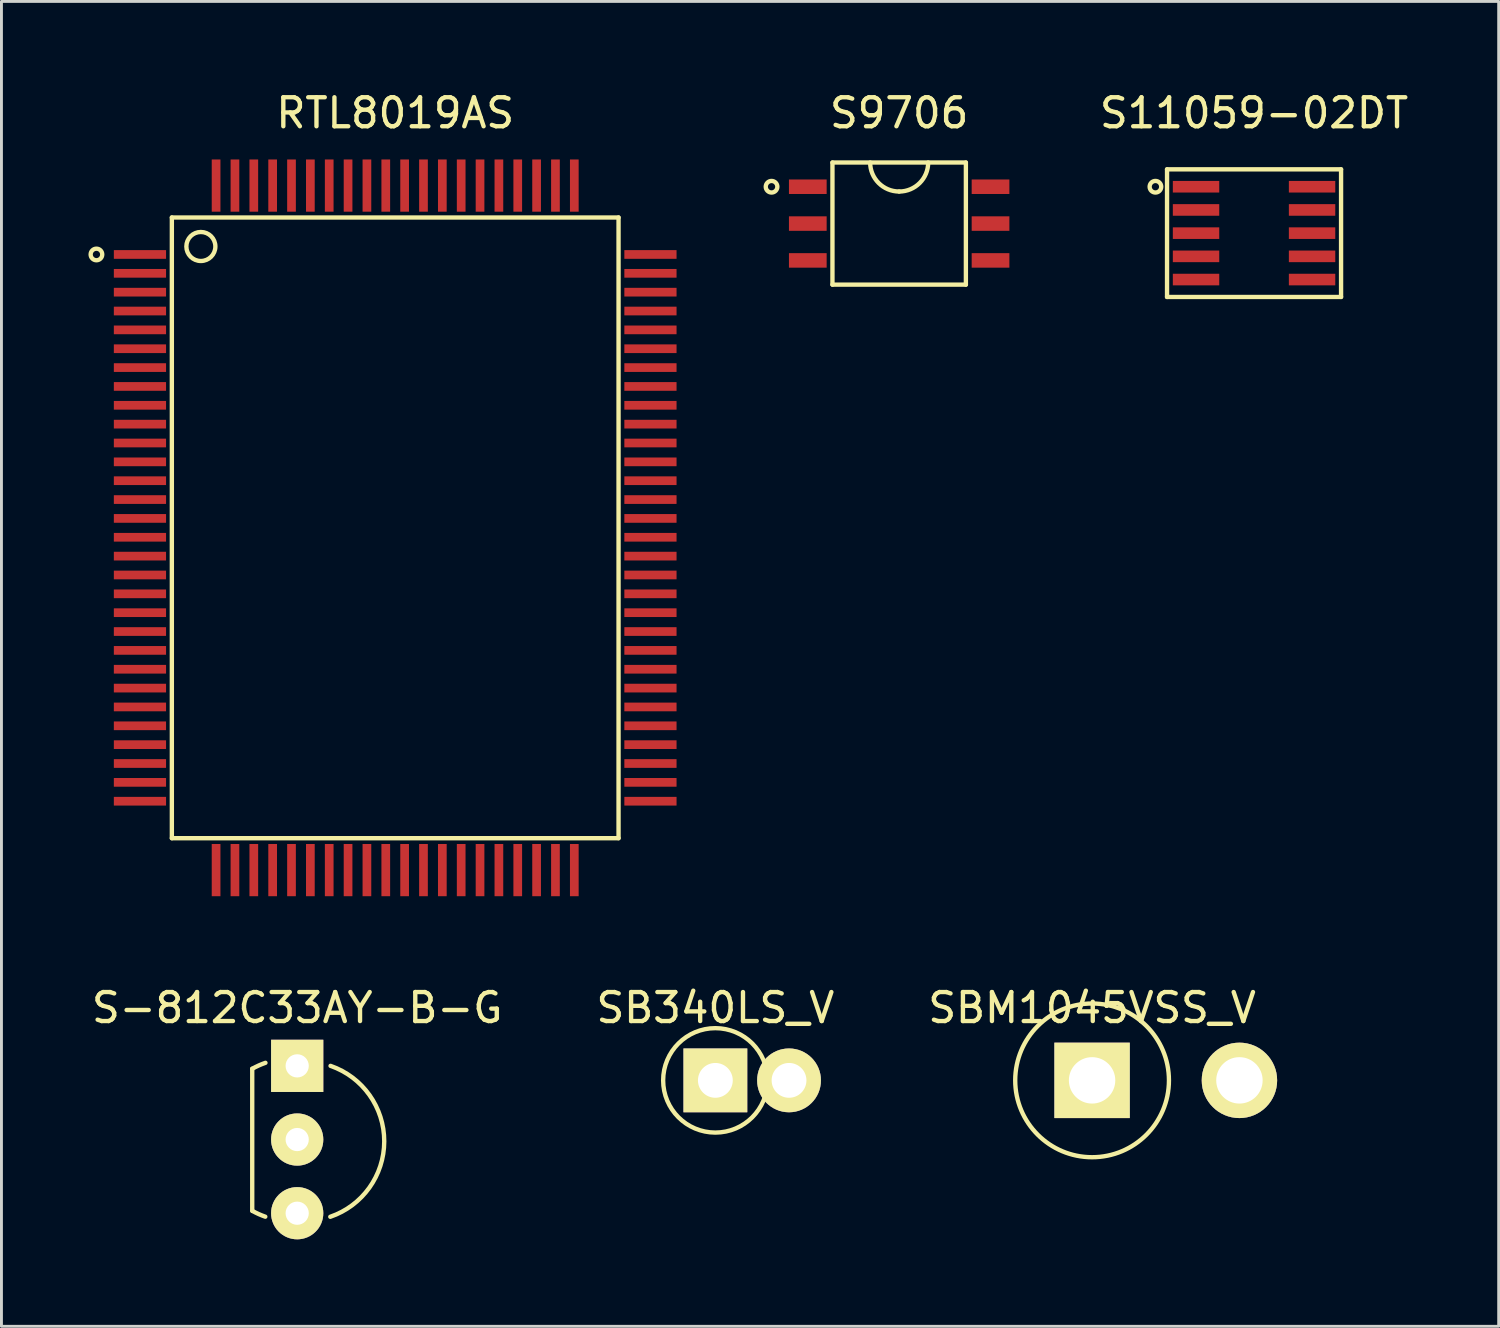
<source format=kicad_pcb>
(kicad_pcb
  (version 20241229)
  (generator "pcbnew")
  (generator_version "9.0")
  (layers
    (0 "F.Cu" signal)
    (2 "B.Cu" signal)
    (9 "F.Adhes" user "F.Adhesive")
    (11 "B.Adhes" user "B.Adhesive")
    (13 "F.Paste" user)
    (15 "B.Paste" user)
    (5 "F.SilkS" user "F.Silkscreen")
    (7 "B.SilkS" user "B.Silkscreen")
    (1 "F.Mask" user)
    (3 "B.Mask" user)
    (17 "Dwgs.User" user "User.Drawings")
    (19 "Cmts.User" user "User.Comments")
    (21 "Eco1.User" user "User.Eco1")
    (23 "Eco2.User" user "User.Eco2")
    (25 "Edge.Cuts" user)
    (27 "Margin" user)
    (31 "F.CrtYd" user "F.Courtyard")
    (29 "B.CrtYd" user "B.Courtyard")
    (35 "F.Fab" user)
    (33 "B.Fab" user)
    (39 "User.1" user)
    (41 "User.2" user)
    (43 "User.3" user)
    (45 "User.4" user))
  (footprint "S-812C33AY-B-G"
    (layer "F.Cu")
    (at 7.196 33.697)
    (property "Reference" "S-812C33AY-B-G" (at 0 -2 0) (layer "F.SilkS") (effects (font (size 1 1) (thickness 0.15))))
    (attr through_hole)
    (fp_line (start -1.55 5) (end -1.55 0.1) (stroke (width 0.15) (type solid)) (layer "F.SilkS"))
    (fp_arc (start -1.55 0.1) (mid -1.326783 -0.012505) (end -1.09461 -0.105127) (stroke (width 0.15) (type solid)) (layer "F.SilkS"))
    (fp_arc (start -1.1 5.2) (mid -1.32318 5.111666) (end -1.537812 5.004217) (stroke (width 0.15) (type solid)) (layer "F.SilkS"))
    (fp_arc (start 1.15 0) (mid 3.00136 2.60449) (end 1.14151 5.202923) (stroke (width 0.15) (type solid)) (layer "F.SilkS"))
    (pad "1" thru_hole rect (at 0 0) (size 1.8 1.8) (drill 0.8) (layers "*.Cu" "*.Mask" "F.SilkS"))
    (pad "2" thru_hole circle (at 0 2.54) (size 1.8 1.8) (drill 0.8) (layers "*.Cu" "*.Mask" "F.SilkS"))
    (pad "3" thru_hole circle (at 0 5.08) (size 1.8 1.8) (drill 0.8) (layers "*.Cu" "*.Mask" "F.SilkS")))
  (footprint "S9706"
    (layer "F.Cu")
    (at 24.8 3.388)
    (property "Reference" "S9706" (at 3.15 -2.54 0) (layer "F.SilkS") (effects (font (size 1 1) (thickness 0.15))))
    (attr through_hole)
    (fp_line (start 0.85 -0.835) (end 5.45 -0.835) (stroke (width 0.15) (type solid)) (layer "F.SilkS"))
    (fp_line (start 0.85 3.375) (end 0.85 -0.835) (stroke (width 0.15) (type solid)) (layer "F.SilkS"))
    (fp_line (start 5.45 -0.835) (end 5.45 3.375) (stroke (width 0.15) (type solid)) (layer "F.SilkS"))
    (fp_line (start 5.45 3.375) (end 0.85 3.375) (stroke (width 0.15) (type solid)) (layer "F.SilkS"))
    (fp_arc (start 3.15 0.165) (mid 2.442893 -0.127893) (end 2.15 -0.835) (stroke (width 0.15) (type solid)) (layer "F.SilkS"))
    (fp_arc (start 4.15 -0.835) (mid 3.857107 -0.127893) (end 3.15 0.165) (stroke (width 0.15) (type solid)) (layer "F.SilkS"))
    (fp_circle (center -1.25 0) (end -1.25 0.2) (stroke (width 0.15) (type solid)) (fill no) (layer "F.SilkS"))
    (pad "1" smd rect (at 0 0) (size 1.3 0.5) (layers "F.Cu" "F.Mask" "F.Paste"))
    (pad "2" smd rect (at 0 1.27) (size 1.3 0.5) (layers "F.Cu" "F.Mask" "F.Paste"))
    (pad "3" smd rect (at 0 2.54) (size 1.3 0.5) (layers "F.Cu" "F.Mask" "F.Paste"))
    (pad "4" smd rect (at 6.3 2.54) (size 1.3 0.5) (layers "F.Cu" "F.Mask" "F.Paste"))
    (pad "5" smd rect (at 6.3 1.27) (size 1.3 0.5) (layers "F.Cu" "F.Mask" "F.Paste"))
    (pad "6" smd rect (at 6.3 0) (size 1.3 0.5) (layers "F.Cu" "F.Mask" "F.Paste")))
  (footprint "SBM1045VSS_V"
    (layer "F.Cu")
    (at 34.601 34.197)
    (property "Reference" "SBM1045VSS_V" (at 0 -2.5 0) (layer "F.SilkS") (effects (font (size 1 1) (thickness 0.15))))
    (attr through_hole)
    (fp_circle (center 0 0) (end 0 -2.65) (stroke (width 0.15) (type solid)) (fill no) (layer "F.SilkS"))
    (pad "1" thru_hole rect (at 0 0) (size 2.6 2.6) (drill 1.6) (layers "*.Cu" "*.Mask" "F.SilkS"))
    (pad "2" thru_hole circle (at 5.08 0) (size 2.6 2.6) (drill 1.6) (layers "*.Cu" "*.Mask" "F.SilkS")))
  (footprint "SB340LS_V"
    (layer "F.Cu")
    (at 21.613 34.197)
    (property "Reference" "SB340LS_V" (at 0 -2.5 0) (layer "F.SilkS") (effects (font (size 1 1) (thickness 0.15))))
    (attr through_hole)
    (fp_circle (center 0 0) (end 0 -1.8) (stroke (width 0.15) (type solid)) (fill no) (layer "F.SilkS"))
    (pad "1" thru_hole rect (at 0 0) (size 2.2 2.2) (drill 1.2) (layers "*.Cu" "*.Mask" "F.SilkS"))
    (pad "2" thru_hole circle (at 2.54 0) (size 2.2 2.2) (drill 1.2) (layers "*.Cu" "*.Mask" "F.SilkS")))
  (footprint "RTL8019AS"
    (layer "F.Cu")
    (at 1.775 3.348)
    (property "Reference" "RTL8019AS" (at 8.8 -2.5 0) (layer "F.SilkS") (effects (font (size 1 1) (thickness 0.15))))
    (attr through_hole)
    (fp_line (start 1.1 1.1) (end 1.1 22.5) (stroke (width 0.15) (type solid)) (layer "F.SilkS"))
    (fp_line (start 1.1 1.1) (end 16.5 1.1) (stroke (width 0.15) (type solid)) (layer "F.SilkS"))
    (fp_line (start 1.1 22.5) (end 16.5 22.5) (stroke (width 0.15) (type solid)) (layer "F.SilkS"))
    (fp_line (start 16.5 22.5) (end 16.5 1.1) (stroke (width 0.15) (type solid)) (layer "F.SilkS"))
    (fp_circle (center -1.5 2.375) (end -1.5 2.175) (stroke (width 0.15) (type solid)) (fill no) (layer "F.SilkS"))
    (fp_circle (center 2.1 2.1) (end 2.1 1.6) (stroke (width 0.15) (type solid)) (fill no) (layer "F.SilkS"))
    (pad "1" smd rect (at 0 2.375) (size 1.8 0.3) (layers "F.Cu" "F.Mask" "F.Paste"))
    (pad "2" smd rect (at 0 3.025) (size 1.8 0.3) (layers "F.Cu" "F.Mask" "F.Paste"))
    (pad "3" smd rect (at 0 3.675) (size 1.8 0.3) (layers "F.Cu" "F.Mask" "F.Paste"))
    (pad "4" smd rect (at 0 4.325) (size 1.8 0.3) (layers "F.Cu" "F.Mask" "F.Paste"))
    (pad "5" smd rect (at 0 4.975) (size 1.8 0.3) (layers "F.Cu" "F.Mask" "F.Paste"))
    (pad "6" smd rect (at 0 5.625) (size 1.8 0.3) (layers "F.Cu" "F.Mask" "F.Paste"))
    (pad "7" smd rect (at 0 6.275) (size 1.8 0.3) (layers "F.Cu" "F.Mask" "F.Paste"))
    (pad "8" smd rect (at 0 6.925) (size 1.8 0.3) (layers "F.Cu" "F.Mask" "F.Paste"))
    (pad "9" smd rect (at 0 7.575) (size 1.8 0.3) (layers "F.Cu" "F.Mask" "F.Paste"))
    (pad "10" smd rect (at 0 8.225) (size 1.8 0.3) (layers "F.Cu" "F.Mask" "F.Paste"))
    (pad "11" smd rect (at 0 8.875) (size 1.8 0.3) (layers "F.Cu" "F.Mask" "F.Paste"))
    (pad "12" smd rect (at 0 9.525) (size 1.8 0.3) (layers "F.Cu" "F.Mask" "F.Paste"))
    (pad "13" smd rect (at 0 10.175) (size 1.8 0.3) (layers "F.Cu" "F.Mask" "F.Paste"))
    (pad "14" smd rect (at 0 10.825) (size 1.8 0.3) (layers "F.Cu" "F.Mask" "F.Paste"))
    (pad "15" smd rect (at 0 11.475) (size 1.8 0.3) (layers "F.Cu" "F.Mask" "F.Paste"))
    (pad "16" smd rect (at 0 12.125) (size 1.8 0.3) (layers "F.Cu" "F.Mask" "F.Paste"))
    (pad "17" smd rect (at 0 12.775) (size 1.8 0.3) (layers "F.Cu" "F.Mask" "F.Paste"))
    (pad "18" smd rect (at 0 13.425) (size 1.8 0.3) (layers "F.Cu" "F.Mask" "F.Paste"))
    (pad "19" smd rect (at 0 14.075) (size 1.8 0.3) (layers "F.Cu" "F.Mask" "F.Paste"))
    (pad "20" smd rect (at 0 14.725) (size 1.8 0.3) (layers "F.Cu" "F.Mask" "F.Paste"))
    (pad "21" smd rect (at 0 15.375) (size 1.8 0.3) (layers "F.Cu" "F.Mask" "F.Paste"))
    (pad "22" smd rect (at 0 16.025) (size 1.8 0.3) (layers "F.Cu" "F.Mask" "F.Paste"))
    (pad "23" smd rect (at 0 16.675) (size 1.8 0.3) (layers "F.Cu" "F.Mask" "F.Paste"))
    (pad "24" smd rect (at 0 17.325) (size 1.8 0.3) (layers "F.Cu" "F.Mask" "F.Paste"))
    (pad "25" smd rect (at 0 17.975) (size 1.8 0.3) (layers "F.Cu" "F.Mask" "F.Paste"))
    (pad "26" smd rect (at 0 18.625) (size 1.8 0.3) (layers "F.Cu" "F.Mask" "F.Paste"))
    (pad "27" smd rect (at 0 19.275) (size 1.8 0.3) (layers "F.Cu" "F.Mask" "F.Paste"))
    (pad "28" smd rect (at 0 19.925) (size 1.8 0.3) (layers "F.Cu" "F.Mask" "F.Paste"))
    (pad "29" smd rect (at 0 20.575) (size 1.8 0.3) (layers "F.Cu" "F.Mask" "F.Paste"))
    (pad "30" smd rect (at 0 21.225) (size 1.8 0.3) (layers "F.Cu" "F.Mask" "F.Paste"))
    (pad "31" smd rect (at 2.625 23.6) (size 0.3 1.8) (layers "F.Cu" "F.Mask" "F.Paste"))
    (pad "32" smd rect (at 3.275 23.6) (size 0.3 1.8) (layers "F.Cu" "F.Mask" "F.Paste"))
    (pad "33" smd rect (at 3.925 23.6) (size 0.3 1.8) (layers "F.Cu" "F.Mask" "F.Paste"))
    (pad "34" smd rect (at 4.575 23.6) (size 0.3 1.8) (layers "F.Cu" "F.Mask" "F.Paste"))
    (pad "35" smd rect (at 5.225 23.6) (size 0.3 1.8) (layers "F.Cu" "F.Mask" "F.Paste"))
    (pad "36" smd rect (at 5.875 23.6) (size 0.3 1.8) (layers "F.Cu" "F.Mask" "F.Paste"))
    (pad "37" smd rect (at 6.525 23.6) (size 0.3 1.8) (layers "F.Cu" "F.Mask" "F.Paste"))
    (pad "38" smd rect (at 7.175 23.6) (size 0.3 1.8) (layers "F.Cu" "F.Mask" "F.Paste"))
    (pad "39" smd rect (at 7.825 23.6) (size 0.3 1.8) (layers "F.Cu" "F.Mask" "F.Paste"))
    (pad "40" smd rect (at 8.475 23.6) (size 0.3 1.8) (layers "F.Cu" "F.Mask" "F.Paste"))
    (pad "41" smd rect (at 9.125 23.6) (size 0.3 1.8) (layers "F.Cu" "F.Mask" "F.Paste"))
    (pad "42" smd rect (at 9.775 23.6) (size 0.3 1.8) (layers "F.Cu" "F.Mask" "F.Paste"))
    (pad "43" smd rect (at 10.425 23.6) (size 0.3 1.8) (layers "F.Cu" "F.Mask" "F.Paste"))
    (pad "44" smd rect (at 11.075 23.6) (size 0.3 1.8) (layers "F.Cu" "F.Mask" "F.Paste"))
    (pad "45" smd rect (at 11.725 23.6) (size 0.3 1.8) (layers "F.Cu" "F.Mask" "F.Paste"))
    (pad "46" smd rect (at 12.375 23.6) (size 0.3 1.8) (layers "F.Cu" "F.Mask" "F.Paste"))
    (pad "47" smd rect (at 13.025 23.6) (size 0.3 1.8) (layers "F.Cu" "F.Mask" "F.Paste"))
    (pad "48" smd rect (at 13.675 23.6) (size 0.3 1.8) (layers "F.Cu" "F.Mask" "F.Paste"))
    (pad "49" smd rect (at 14.325 23.6) (size 0.3 1.8) (layers "F.Cu" "F.Mask" "F.Paste"))
    (pad "50" smd rect (at 14.975 23.6) (size 0.3 1.8) (layers "F.Cu" "F.Mask" "F.Paste"))
    (pad "51" smd rect (at 17.6 21.225) (size 1.8 0.3) (layers "F.Cu" "F.Mask" "F.Paste"))
    (pad "52" smd rect (at 17.6 20.575) (size 1.8 0.3) (layers "F.Cu" "F.Mask" "F.Paste"))
    (pad "53" smd rect (at 17.6 19.925) (size 1.8 0.3) (layers "F.Cu" "F.Mask" "F.Paste"))
    (pad "54" smd rect (at 17.6 19.275) (size 1.8 0.3) (layers "F.Cu" "F.Mask" "F.Paste"))
    (pad "55" smd rect (at 17.6 18.625) (size 1.8 0.3) (layers "F.Cu" "F.Mask" "F.Paste"))
    (pad "56" smd rect (at 17.6 17.975) (size 1.8 0.3) (layers "F.Cu" "F.Mask" "F.Paste"))
    (pad "57" smd rect (at 17.6 17.325) (size 1.8 0.3) (layers "F.Cu" "F.Mask" "F.Paste"))
    (pad "58" smd rect (at 17.6 16.675) (size 1.8 0.3) (layers "F.Cu" "F.Mask" "F.Paste"))
    (pad "59" smd rect (at 17.6 16.025) (size 1.8 0.3) (layers "F.Cu" "F.Mask" "F.Paste"))
    (pad "60" smd rect (at 17.6 15.375) (size 1.8 0.3) (layers "F.Cu" "F.Mask" "F.Paste"))
    (pad "61" smd rect (at 17.6 14.725) (size 1.8 0.3) (layers "F.Cu" "F.Mask" "F.Paste"))
    (pad "62" smd rect (at 17.6 14.075) (size 1.8 0.3) (layers "F.Cu" "F.Mask" "F.Paste"))
    (pad "63" smd rect (at 17.6 13.425) (size 1.8 0.3) (layers "F.Cu" "F.Mask" "F.Paste"))
    (pad "64" smd rect (at 17.6 12.775) (size 1.8 0.3) (layers "F.Cu" "F.Mask" "F.Paste"))
    (pad "65" smd rect (at 17.6 12.125) (size 1.8 0.3) (layers "F.Cu" "F.Mask" "F.Paste"))
    (pad "66" smd rect (at 17.6 11.475) (size 1.8 0.3) (layers "F.Cu" "F.Mask" "F.Paste"))
    (pad "67" smd rect (at 17.6 10.825) (size 1.8 0.3) (layers "F.Cu" "F.Mask" "F.Paste"))
    (pad "68" smd rect (at 17.6 10.175) (size 1.8 0.3) (layers "F.Cu" "F.Mask" "F.Paste"))
    (pad "69" smd rect (at 17.6 9.525) (size 1.8 0.3) (layers "F.Cu" "F.Mask" "F.Paste"))
    (pad "70" smd rect (at 17.6 8.875) (size 1.8 0.3) (layers "F.Cu" "F.Mask" "F.Paste"))
    (pad "71" smd rect (at 17.6 8.225) (size 1.8 0.3) (layers "F.Cu" "F.Mask" "F.Paste"))
    (pad "72" smd rect (at 17.6 7.575) (size 1.8 0.3) (layers "F.Cu" "F.Mask" "F.Paste"))
    (pad "73" smd rect (at 17.6 6.925) (size 1.8 0.3) (layers "F.Cu" "F.Mask" "F.Paste"))
    (pad "74" smd rect (at 17.6 6.275) (size 1.8 0.3) (layers "F.Cu" "F.Mask" "F.Paste"))
    (pad "75" smd rect (at 17.6 5.625) (size 1.8 0.3) (layers "F.Cu" "F.Mask" "F.Paste"))
    (pad "76" smd rect (at 17.6 4.975) (size 1.8 0.3) (layers "F.Cu" "F.Mask" "F.Paste"))
    (pad "77" smd rect (at 17.6 4.325) (size 1.8 0.3) (layers "F.Cu" "F.Mask" "F.Paste"))
    (pad "78" smd rect (at 17.6 3.675) (size 1.8 0.3) (layers "F.Cu" "F.Mask" "F.Paste"))
    (pad "79" smd rect (at 17.6 3.025) (size 1.8 0.3) (layers "F.Cu" "F.Mask" "F.Paste"))
    (pad "80" smd rect (at 17.6 2.375) (size 1.8 0.3) (layers "F.Cu" "F.Mask" "F.Paste"))
    (pad "81" smd rect (at 14.975 0) (size 0.3 1.8) (layers "F.Cu" "F.Mask" "F.Paste"))
    (pad "82" smd rect (at 14.325 0) (size 0.3 1.8) (layers "F.Cu" "F.Mask" "F.Paste"))
    (pad "83" smd rect (at 13.675 0) (size 0.3 1.8) (layers "F.Cu" "F.Mask" "F.Paste"))
    (pad "84" smd rect (at 13.025 0) (size 0.3 1.8) (layers "F.Cu" "F.Mask" "F.Paste"))
    (pad "85" smd rect (at 12.375 0) (size 0.3 1.8) (layers "F.Cu" "F.Mask" "F.Paste"))
    (pad "86" smd rect (at 11.725 0) (size 0.3 1.8) (layers "F.Cu" "F.Mask" "F.Paste"))
    (pad "87" smd rect (at 11.075 0) (size 0.3 1.8) (layers "F.Cu" "F.Mask" "F.Paste"))
    (pad "88" smd rect (at 10.425 0) (size 0.3 1.8) (layers "F.Cu" "F.Mask" "F.Paste"))
    (pad "89" smd rect (at 9.775 0) (size 0.3 1.8) (layers "F.Cu" "F.Mask" "F.Paste"))
    (pad "90" smd rect (at 9.125 0) (size 0.3 1.8) (layers "F.Cu" "F.Mask" "F.Paste"))
    (pad "91" smd rect (at 8.475 0) (size 0.3 1.8) (layers "F.Cu" "F.Mask" "F.Paste"))
    (pad "92" smd rect (at 7.825 0) (size 0.3 1.8) (layers "F.Cu" "F.Mask" "F.Paste"))
    (pad "93" smd rect (at 7.175 0) (size 0.3 1.8) (layers "F.Cu" "F.Mask" "F.Paste"))
    (pad "94" smd rect (at 6.525 0) (size 0.3 1.8) (layers "F.Cu" "F.Mask" "F.Paste"))
    (pad "95" smd rect (at 5.875 0) (size 0.3 1.8) (layers "F.Cu" "F.Mask" "F.Paste"))
    (pad "96" smd rect (at 5.225 0) (size 0.3 1.8) (layers "F.Cu" "F.Mask" "F.Paste"))
    (pad "97" smd rect (at 4.575 0) (size 0.3 1.8) (layers "F.Cu" "F.Mask" "F.Paste"))
    (pad "98" smd rect (at 3.925 0) (size 0.3 1.8) (layers "F.Cu" "F.Mask" "F.Paste"))
    (pad "99" smd rect (at 3.275 0) (size 0.3 1.8) (layers "F.Cu" "F.Mask" "F.Paste"))
    (pad "100" smd rect (at 2.625 0) (size 0.3 1.8) (layers "F.Cu" "F.Mask" "F.Paste")))
  (footprint "S11059-02DT"
    (layer "F.Cu")
    (at 38.185 3.388)
    (property "Reference" "S11059-02DT" (at 2 -2.54 0) (layer "F.SilkS") (effects (font (size 1 1) (thickness 0.15))))
    (attr through_hole)
    (fp_line (start -1 -0.6) (end 5 -0.6) (stroke (width 0.15) (type solid)) (layer "F.SilkS"))
    (fp_line (start -1 3.8) (end -1 -0.6) (stroke (width 0.15) (type solid)) (layer "F.SilkS"))
    (fp_line (start 5 -0.6) (end 5 3.8) (stroke (width 0.15) (type solid)) (layer "F.SilkS"))
    (fp_line (start 5 3.8) (end -1 3.8) (stroke (width 0.15) (type solid)) (layer "F.SilkS"))
    (fp_circle (center -1.4 0) (end -1.4 0.2) (stroke (width 0.15) (type solid)) (fill no) (layer "F.SilkS"))
    (pad "1" smd rect (at 0 0) (size 1.6 0.4) (layers "F.Cu" "F.Mask" "F.Paste"))
    (pad "2" smd rect (at 0 0.8) (size 1.6 0.4) (layers "F.Cu" "F.Mask" "F.Paste"))
    (pad "3" smd rect (at 0 1.6) (size 1.6 0.4) (layers "F.Cu" "F.Mask" "F.Paste"))
    (pad "4" smd rect (at 0 2.4) (size 1.6 0.4) (layers "F.Cu" "F.Mask" "F.Paste"))
    (pad "5" smd rect (at 0 3.2) (size 1.6 0.4) (layers "F.Cu" "F.Mask" "F.Paste"))
    (pad "6" smd rect (at 4 3.2) (size 1.6 0.4) (layers "F.Cu" "F.Mask" "F.Paste"))
    (pad "7" smd rect (at 4 2.4) (size 1.6 0.4) (layers "F.Cu" "F.Mask" "F.Paste"))
    (pad "8" smd rect (at 4 1.6) (size 1.6 0.4) (layers "F.Cu" "F.Mask" "F.Paste"))
    (pad "9" smd rect (at 4 0.8) (size 1.6 0.4) (layers "F.Cu" "F.Mask" "F.Paste"))
    (pad "10" smd rect (at 4 0) (size 1.6 0.4) (layers "F.Cu" "F.Mask" "F.Paste")))
  (gr_rect
    (start -3 -3)
    (end 48.619 42.676)
    (stroke (width 0.1) (type default))
    (fill no)
    (layer "Edge.Cuts")))
</source>
